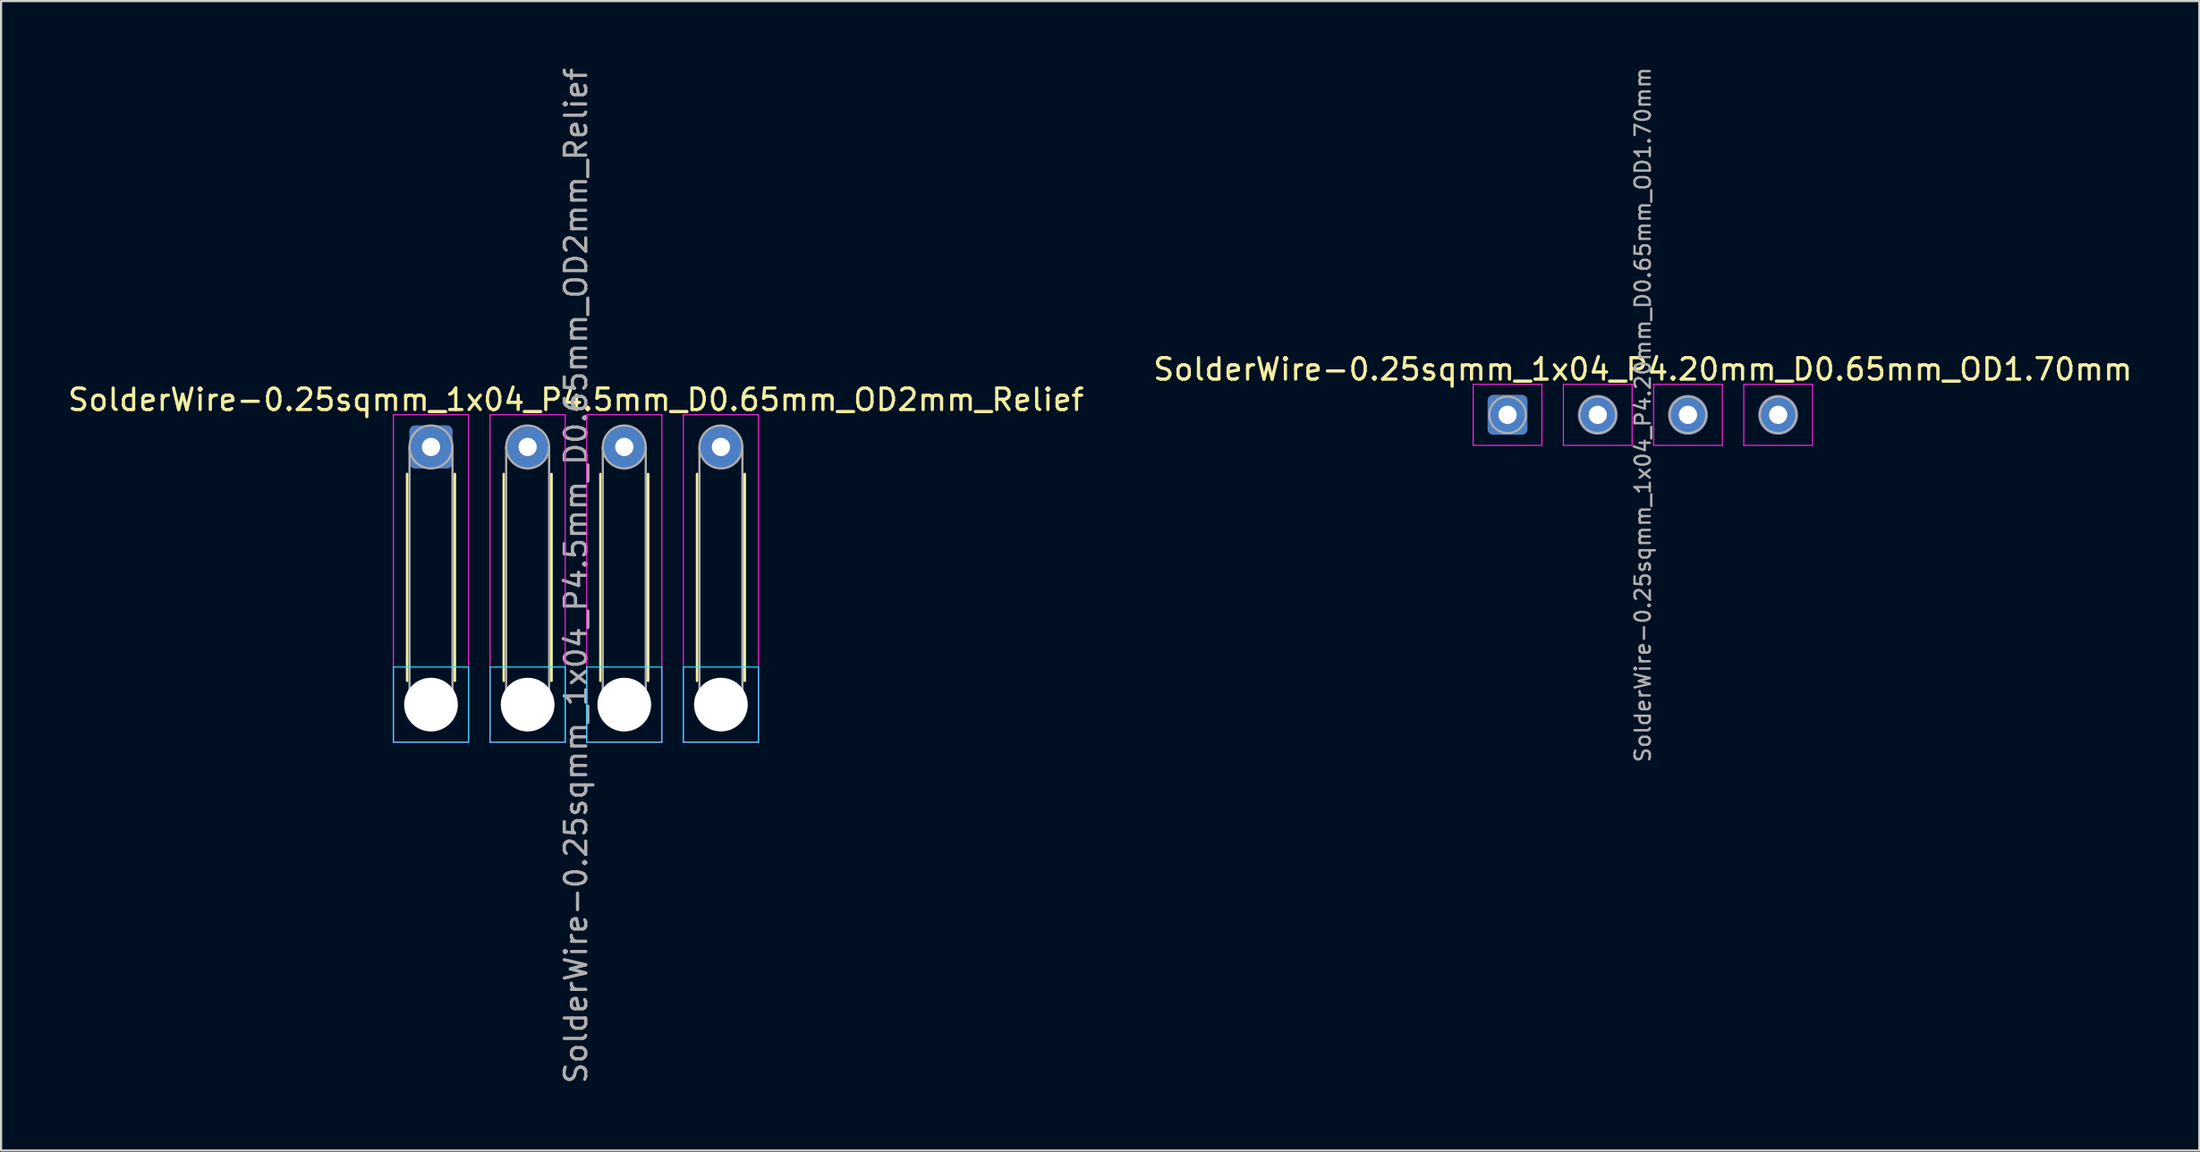
<source format=kicad_pcb>
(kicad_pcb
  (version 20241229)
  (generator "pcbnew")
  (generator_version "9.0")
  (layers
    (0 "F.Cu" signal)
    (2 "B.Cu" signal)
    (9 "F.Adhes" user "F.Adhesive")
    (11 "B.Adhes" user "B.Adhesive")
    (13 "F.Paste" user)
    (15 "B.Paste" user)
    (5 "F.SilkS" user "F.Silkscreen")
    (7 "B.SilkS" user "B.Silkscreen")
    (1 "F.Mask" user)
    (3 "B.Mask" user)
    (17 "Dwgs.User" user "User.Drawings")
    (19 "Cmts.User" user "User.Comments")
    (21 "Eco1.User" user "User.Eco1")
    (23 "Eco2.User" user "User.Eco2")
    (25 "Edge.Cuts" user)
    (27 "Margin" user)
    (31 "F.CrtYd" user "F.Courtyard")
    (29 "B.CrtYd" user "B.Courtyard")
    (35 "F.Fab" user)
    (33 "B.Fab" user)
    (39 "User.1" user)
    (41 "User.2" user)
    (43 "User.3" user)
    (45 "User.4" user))
  (footprint "SolderWire-0.25sqmm_1x04_P4.20mm_D0.65mm_OD1.70mm"
    (layer "F.Cu")
    (at 67.146 16.272)
    (property "Reference" "SolderWire-0.25sqmm_1x04_P4.20mm_D0.65mm_OD1.70mm" (at 6.3 -2.12 0) (layer "F.SilkS") (effects (font (size 1 1) (thickness 0.15))))
    (attr exclude_from_pos_files exclude_from_bom)
    (fp_line (start -1.6 -1.42) (end -1.6 1.42) (stroke (width 0.05) (type solid)) (layer "F.CrtYd"))
    (fp_line (start -1.6 1.42) (end 1.6 1.42) (stroke (width 0.05) (type solid)) (layer "F.CrtYd"))
    (fp_line (start 1.6 -1.42) (end -1.6 -1.42) (stroke (width 0.05) (type solid)) (layer "F.CrtYd"))
    (fp_line (start 1.6 1.42) (end 1.6 -1.42) (stroke (width 0.05) (type solid)) (layer "F.CrtYd"))
    (fp_line (start 2.6 -1.42) (end 2.6 1.42) (stroke (width 0.05) (type solid)) (layer "F.CrtYd"))
    (fp_line (start 2.6 1.42) (end 5.8 1.42) (stroke (width 0.05) (type solid)) (layer "F.CrtYd"))
    (fp_line (start 5.8 -1.42) (end 2.6 -1.42) (stroke (width 0.05) (type solid)) (layer "F.CrtYd"))
    (fp_line (start 5.8 1.42) (end 5.8 -1.42) (stroke (width 0.05) (type solid)) (layer "F.CrtYd"))
    (fp_line (start 6.8 -1.42) (end 6.8 1.42) (stroke (width 0.05) (type solid)) (layer "F.CrtYd"))
    (fp_line (start 6.8 1.42) (end 10 1.42) (stroke (width 0.05) (type solid)) (layer "F.CrtYd"))
    (fp_line (start 10 -1.42) (end 6.8 -1.42) (stroke (width 0.05) (type solid)) (layer "F.CrtYd"))
    (fp_line (start 10 1.42) (end 10 -1.42) (stroke (width 0.05) (type solid)) (layer "F.CrtYd"))
    (fp_line (start 11 -1.42) (end 11 1.42) (stroke (width 0.05) (type solid)) (layer "F.CrtYd"))
    (fp_line (start 11 1.42) (end 14.2 1.42) (stroke (width 0.05) (type solid)) (layer "F.CrtYd"))
    (fp_line (start 14.2 -1.42) (end 11 -1.42) (stroke (width 0.05) (type solid)) (layer "F.CrtYd"))
    (fp_line (start 14.2 1.42) (end 14.2 -1.42) (stroke (width 0.05) (type solid)) (layer "F.CrtYd"))
    (fp_circle (center 0 0) (end 0.85 0) (stroke (width 0.1) (type solid)) (fill no) (layer "F.Fab"))
    (fp_circle (center 4.2 0) (end 5.05 0) (stroke (width 0.1) (type solid)) (fill no) (layer "F.Fab"))
    (fp_circle (center 8.4 0) (end 9.25 0) (stroke (width 0.1) (type solid)) (fill no) (layer "F.Fab"))
    (fp_circle (center 12.6 0) (end 13.45 0) (stroke (width 0.1) (type solid)) (fill no) (layer "F.Fab"))
    (fp_text user "${REFERENCE}" (at 6.3 0 90) (layer "F.Fab") (effects (font (size 0.71 0.71) (thickness 0.11))))
    (pad "1" thru_hole roundrect (at 0 0) (size 1.85 1.85) (drill 0.85) (layers "*.Cu" "*.Mask") (roundrect_rratio 0.135))
    (pad "2" thru_hole circle (at 4.2 0) (size 1.85 1.85) (drill 0.85) (layers "*.Cu" "*.Mask"))
    (pad "3" thru_hole circle (at 8.4 0) (size 1.85 1.85) (drill 0.85) (layers "*.Cu" "*.Mask"))
    (pad "4" thru_hole circle (at 12.6 0) (size 1.85 1.85) (drill 0.85) (layers "*.Cu" "*.Mask")))
  (footprint "SolderWire-0.25sqmm_1x04_P4.5mm_D0.65mm_OD2mm_Relief"
    (layer "F.Cu")
    (at 17.018 17.768)
    (property "Reference" "SolderWire-0.25sqmm_1x04_P4.5mm_D0.65mm_OD2mm_Relief" (at 6.75 -2.2 0) (layer "F.SilkS") (effects (font (size 1 1) (thickness 0.15))))
    (attr exclude_from_pos_files exclude_from_bom)
    (fp_line (start -1.11 1.26) (end -1.11 10.89) (stroke (width 0.12) (type solid)) (layer "F.SilkS"))
    (fp_line (start 1.11 1.26) (end 1.11 10.89) (stroke (width 0.12) (type solid)) (layer "F.SilkS"))
    (fp_line (start 3.39 1.26) (end 3.39 10.89) (stroke (width 0.12) (type solid)) (layer "F.SilkS"))
    (fp_line (start 5.61 1.26) (end 5.61 10.89) (stroke (width 0.12) (type solid)) (layer "F.SilkS"))
    (fp_line (start 7.89 1.26) (end 7.89 10.89) (stroke (width 0.12) (type solid)) (layer "F.SilkS"))
    (fp_line (start 10.11 1.26) (end 10.11 10.89) (stroke (width 0.12) (type solid)) (layer "F.SilkS"))
    (fp_line (start 12.39 1.26) (end 12.39 10.89) (stroke (width 0.12) (type solid)) (layer "F.SilkS"))
    (fp_line (start 14.61 1.26) (end 14.61 10.89) (stroke (width 0.12) (type solid)) (layer "F.SilkS"))
    (fp_line (start -1.75 10.25) (end -1.75 13.75) (stroke (width 0.05) (type solid)) (layer "B.CrtYd"))
    (fp_line (start -1.75 13.75) (end 1.75 13.75) (stroke (width 0.05) (type solid)) (layer "B.CrtYd"))
    (fp_line (start 1.75 10.25) (end -1.75 10.25) (stroke (width 0.05) (type solid)) (layer "B.CrtYd"))
    (fp_line (start 1.75 13.75) (end 1.75 10.25) (stroke (width 0.05) (type solid)) (layer "B.CrtYd"))
    (fp_line (start 2.75 10.25) (end 2.75 13.75) (stroke (width 0.05) (type solid)) (layer "B.CrtYd"))
    (fp_line (start 2.75 13.75) (end 6.25 13.75) (stroke (width 0.05) (type solid)) (layer "B.CrtYd"))
    (fp_line (start 6.25 10.25) (end 2.75 10.25) (stroke (width 0.05) (type solid)) (layer "B.CrtYd"))
    (fp_line (start 6.25 13.75) (end 6.25 10.25) (stroke (width 0.05) (type solid)) (layer "B.CrtYd"))
    (fp_line (start 7.25 10.25) (end 7.25 13.75) (stroke (width 0.05) (type solid)) (layer "B.CrtYd"))
    (fp_line (start 7.25 13.75) (end 10.75 13.75) (stroke (width 0.05) (type solid)) (layer "B.CrtYd"))
    (fp_line (start 10.75 10.25) (end 7.25 10.25) (stroke (width 0.05) (type solid)) (layer "B.CrtYd"))
    (fp_line (start 10.75 13.75) (end 10.75 10.25) (stroke (width 0.05) (type solid)) (layer "B.CrtYd"))
    (fp_line (start 11.75 10.25) (end 11.75 13.75) (stroke (width 0.05) (type solid)) (layer "B.CrtYd"))
    (fp_line (start 11.75 13.75) (end 15.25 13.75) (stroke (width 0.05) (type solid)) (layer "B.CrtYd"))
    (fp_line (start 15.25 10.25) (end 11.75 10.25) (stroke (width 0.05) (type solid)) (layer "B.CrtYd"))
    (fp_line (start 15.25 13.75) (end 15.25 10.25) (stroke (width 0.05) (type solid)) (layer "B.CrtYd"))
    (fp_line (start -1.75 -1.5) (end -1.75 13.75) (stroke (width 0.05) (type solid)) (layer "F.CrtYd"))
    (fp_line (start -1.75 13.75) (end 1.75 13.75) (stroke (width 0.05) (type solid)) (layer "F.CrtYd"))
    (fp_line (start 1.75 -1.5) (end -1.75 -1.5) (stroke (width 0.05) (type solid)) (layer "F.CrtYd"))
    (fp_line (start 1.75 13.75) (end 1.75 -1.5) (stroke (width 0.05) (type solid)) (layer "F.CrtYd"))
    (fp_line (start 2.75 -1.5) (end 2.75 13.75) (stroke (width 0.05) (type solid)) (layer "F.CrtYd"))
    (fp_line (start 2.75 13.75) (end 6.25 13.75) (stroke (width 0.05) (type solid)) (layer "F.CrtYd"))
    (fp_line (start 6.25 -1.5) (end 2.75 -1.5) (stroke (width 0.05) (type solid)) (layer "F.CrtYd"))
    (fp_line (start 6.25 13.75) (end 6.25 -1.5) (stroke (width 0.05) (type solid)) (layer "F.CrtYd"))
    (fp_line (start 7.25 -1.5) (end 7.25 13.75) (stroke (width 0.05) (type solid)) (layer "F.CrtYd"))
    (fp_line (start 7.25 13.75) (end 10.75 13.75) (stroke (width 0.05) (type solid)) (layer "F.CrtYd"))
    (fp_line (start 10.75 -1.5) (end 7.25 -1.5) (stroke (width 0.05) (type solid)) (layer "F.CrtYd"))
    (fp_line (start 10.75 13.75) (end 10.75 -1.5) (stroke (width 0.05) (type solid)) (layer "F.CrtYd"))
    (fp_line (start 11.75 -1.5) (end 11.75 13.75) (stroke (width 0.05) (type solid)) (layer "F.CrtYd"))
    (fp_line (start 11.75 13.75) (end 15.25 13.75) (stroke (width 0.05) (type solid)) (layer "F.CrtYd"))
    (fp_line (start 15.25 -1.5) (end 11.75 -1.5) (stroke (width 0.05) (type solid)) (layer "F.CrtYd"))
    (fp_line (start 15.25 13.75) (end 15.25 -1.5) (stroke (width 0.05) (type solid)) (layer "F.CrtYd"))
    (fp_line (start -1 0) (end -1 12) (stroke (width 0.1) (type solid)) (layer "F.Fab"))
    (fp_line (start 1 0) (end 1 12) (stroke (width 0.1) (type solid)) (layer "F.Fab"))
    (fp_line (start 3.5 0) (end 3.5 12) (stroke (width 0.1) (type solid)) (layer "F.Fab"))
    (fp_line (start 5.5 0) (end 5.5 12) (stroke (width 0.1) (type solid)) (layer "F.Fab"))
    (fp_line (start 8 0) (end 8 12) (stroke (width 0.1) (type solid)) (layer "F.Fab"))
    (fp_line (start 10 0) (end 10 12) (stroke (width 0.1) (type solid)) (layer "F.Fab"))
    (fp_line (start 12.5 0) (end 12.5 12) (stroke (width 0.1) (type solid)) (layer "F.Fab"))
    (fp_line (start 14.5 0) (end 14.5 12) (stroke (width 0.1) (type solid)) (layer "F.Fab"))
    (fp_circle (center 0 0) (end 1 0) (stroke (width 0.1) (type solid)) (fill no) (layer "F.Fab"))
    (fp_circle (center 0 12) (end 1 12) (stroke (width 0.1) (type solid)) (fill no) (layer "F.Fab"))
    (fp_circle (center 4.5 0) (end 5.5 0) (stroke (width 0.1) (type solid)) (fill no) (layer "F.Fab"))
    (fp_circle (center 4.5 12) (end 5.5 12) (stroke (width 0.1) (type solid)) (fill no) (layer "F.Fab"))
    (fp_circle (center 9 0) (end 10 0) (stroke (width 0.1) (type solid)) (fill no) (layer "F.Fab"))
    (fp_circle (center 9 12) (end 10 12) (stroke (width 0.1) (type solid)) (fill no) (layer "F.Fab"))
    (fp_circle (center 13.5 0) (end 14.5 0) (stroke (width 0.1) (type solid)) (fill no) (layer "F.Fab"))
    (fp_circle (center 13.5 12) (end 14.5 12) (stroke (width 0.1) (type solid)) (fill no) (layer "F.Fab"))
    (fp_text user "${REFERENCE}" (at 6.75 6 90) (layer "F.Fab") (effects (font (size 1 1) (thickness 0.15))))
    (pad "" np_thru_hole circle (at 0 12) (size 2.5 2.5) (drill 2.5) (layers "*.Cu" "*.Mask"))
    (pad "" np_thru_hole circle (at 4.5 12) (size 2.5 2.5) (drill 2.5) (layers "*.Cu" "*.Mask"))
    (pad "" np_thru_hole circle (at 9 12) (size 2.5 2.5) (drill 2.5) (layers "*.Cu" "*.Mask"))
    (pad "" np_thru_hole circle (at 13.5 12) (size 2.5 2.5) (drill 2.5) (layers "*.Cu" "*.Mask"))
    (pad "1" thru_hole roundrect (at 0 0) (size 2 2) (drill 0.85) (layers "*.Cu" "*.Mask") (roundrect_rratio 0.125))
    (pad "2" thru_hole circle (at 4.5 0) (size 2 2) (drill 0.85) (layers "*.Cu" "*.Mask"))
    (pad "3" thru_hole circle (at 9 0) (size 2 2) (drill 0.85) (layers "*.Cu" "*.Mask"))
    (pad "4" thru_hole circle (at 13.5 0) (size 2 2) (drill 0.85) (layers "*.Cu" "*.Mask")))
  (gr_rect
    (start -3 -3)
    (end 99.357 50.536)
    (stroke (width 0.1) (type default))
    (fill no)
    (layer "Edge.Cuts")))
</source>
